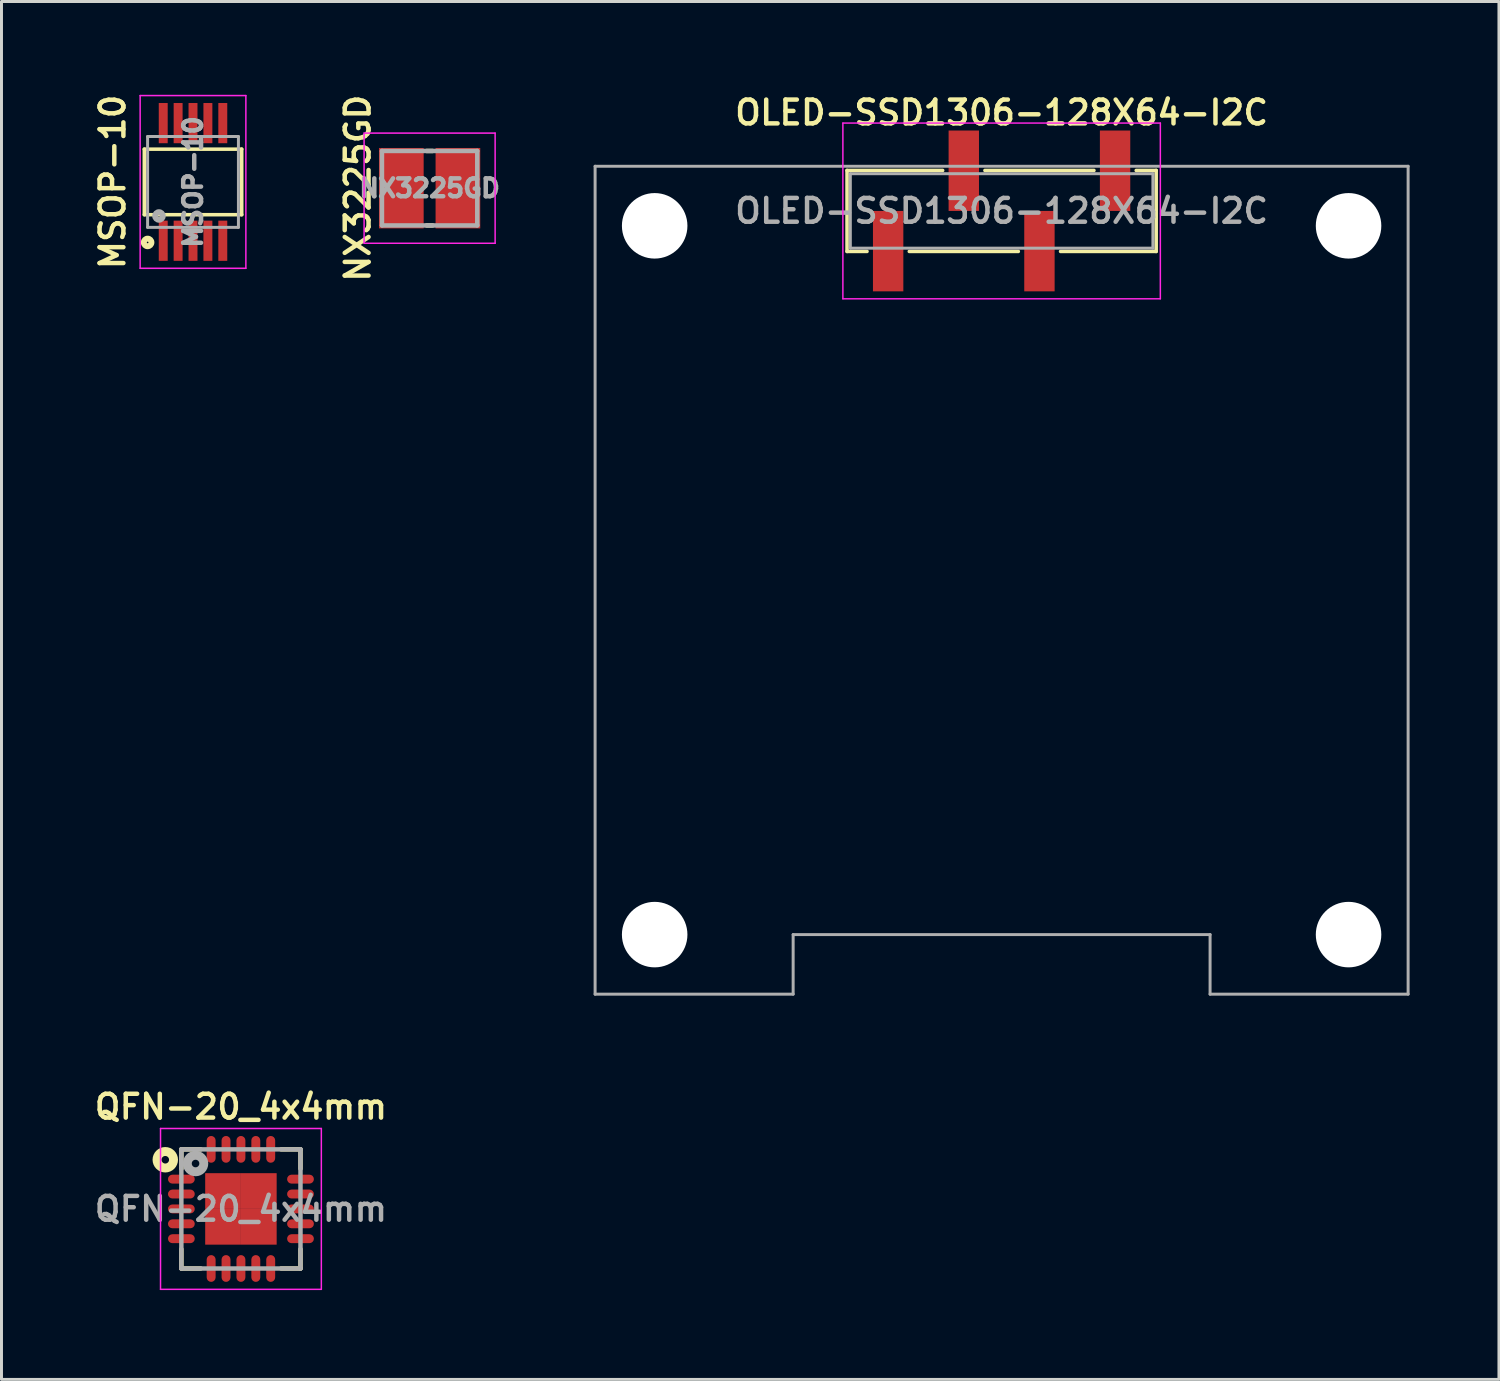
<source format=kicad_pcb>
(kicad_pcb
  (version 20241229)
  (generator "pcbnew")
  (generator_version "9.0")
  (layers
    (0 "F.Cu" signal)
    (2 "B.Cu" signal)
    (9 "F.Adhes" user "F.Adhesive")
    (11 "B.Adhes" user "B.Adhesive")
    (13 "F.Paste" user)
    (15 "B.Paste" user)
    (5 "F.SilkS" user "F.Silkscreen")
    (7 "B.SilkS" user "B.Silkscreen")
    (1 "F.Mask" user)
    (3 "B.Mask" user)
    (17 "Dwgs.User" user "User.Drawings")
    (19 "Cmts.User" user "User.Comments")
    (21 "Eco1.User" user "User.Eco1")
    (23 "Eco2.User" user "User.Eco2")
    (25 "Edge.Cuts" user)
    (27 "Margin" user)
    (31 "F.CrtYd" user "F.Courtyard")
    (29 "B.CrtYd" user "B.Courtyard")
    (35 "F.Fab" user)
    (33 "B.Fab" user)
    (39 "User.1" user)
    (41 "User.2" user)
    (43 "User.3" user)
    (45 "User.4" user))
  (footprint "NX3225GD"
    (layer "F.Cu")
    (at 11.376 3.269)
    (property "Reference" "NX3225GD" (at -2.413 0 90) (layer "F.SilkS") (effects (font (size 0.8 0.8) (thickness 0.15))))
    (attr through_hole)
    (fp_line (start -0.1 -1.25) (end 0.1 -1.25) (stroke (width 0.15) (type solid)) (layer "F.SilkS"))
    (fp_line (start -0.1 1.25) (end 0.1 1.25) (stroke (width 0.15) (type solid)) (layer "F.SilkS"))
    (fp_line (start -2.2 -1.85) (end -2.2 1.85) (stroke (width 0.05) (type solid)) (layer "F.CrtYd"))
    (fp_line (start 2.2 -1.85) (end -2.2 -1.85) (stroke (width 0.05) (type solid)) (layer "F.CrtYd"))
    (fp_line (start 2.2 -1.85) (end 2.2 1.85) (stroke (width 0.05) (type solid)) (layer "F.CrtYd"))
    (fp_line (start 2.2 1.85) (end -2.2 1.85) (stroke (width 0.05) (type solid)) (layer "F.CrtYd"))
    (fp_line (start -1.6 -1.25) (end 1.6 -1.25) (stroke (width 0.15) (type solid)) (layer "F.Fab"))
    (fp_line (start -1.6 1.25) (end -1.6 -1.25) (stroke (width 0.15) (type solid)) (layer "F.Fab"))
    (fp_line (start -1.6 1.25) (end 1.6 1.25) (stroke (width 0.15) (type solid)) (layer "F.Fab"))
    (fp_line (start 1.6 1.25) (end 1.6 -1.25) (stroke (width 0.15) (type solid)) (layer "F.Fab"))
    (fp_text user "${REFERENCE}" (at 0 0 0) (layer "F.Fab") (effects (font (size 0.6 0.6) (thickness 0.15))))
    (pad "1" smd rect (at -0.95 0) (size 1.5 2.7) (layers "F.Cu" "F.Mask" "F.Paste"))
    (pad "2" smd rect (at 0.95 0) (size 1.5 2.7) (layers "F.Cu" "F.Mask" "F.Paste")))
  (footprint "MSOP-10"
    (layer "F.Cu")
    (at 3.431 3.059)
    (property "Reference" "MSOP-10" (at -2.7 0 90) (layer "F.SilkS") (effects (font (size 0.8 0.8) (thickness 0.15))))
    (attr smd)
    (fp_line (start -1.635 -1.1) (end 1.635 -1.1) (stroke (width 0.12) (type solid)) (layer "F.SilkS"))
    (fp_line (start -1.635 1.1) (end -1.635 -1.1) (stroke (width 0.12) (type solid)) (layer "F.SilkS"))
    (fp_line (start 1.635 -1.1) (end 1.635 1.1) (stroke (width 0.12) (type solid)) (layer "F.SilkS"))
    (fp_line (start 1.635 1.1) (end -1.635 1.1) (stroke (width 0.12) (type solid)) (layer "F.SilkS"))
    (fp_circle (center -1.524 2.032) (end -1.397 2.032) (stroke (width 0.2) (type solid)) (fill no) (layer "F.SilkS"))
    (fp_line (start -1.775 -2.9) (end 1.775 -2.9) (stroke (width 0.05) (type solid)) (layer "F.CrtYd"))
    (fp_line (start -1.775 2.9) (end -1.775 -2.9) (stroke (width 0.05) (type solid)) (layer "F.CrtYd"))
    (fp_line (start 1.775 -2.9) (end 1.775 2.9) (stroke (width 0.05) (type solid)) (layer "F.CrtYd"))
    (fp_line (start 1.775 2.9) (end -1.775 2.9) (stroke (width 0.05) (type solid)) (layer "F.CrtYd"))
    (fp_line (start -1.525 -1.525) (end -1.525 1.525) (stroke (width 0.1) (type solid)) (layer "F.Fab"))
    (fp_line (start -1.525 -1.525) (end 1.525 -1.525) (stroke (width 0.1) (type solid)) (layer "F.Fab"))
    (fp_line (start 1.525 1.525) (end -1.525 1.525) (stroke (width 0.1) (type solid)) (layer "F.Fab"))
    (fp_line (start 1.525 1.525) (end 1.525 -1.525) (stroke (width 0.1) (type solid)) (layer "F.Fab"))
    (fp_circle (center -1.143 1.143) (end -1.016 1.143) (stroke (width 0.2) (type solid)) (fill no) (layer "F.Fab"))
    (fp_text user "${REFERENCE}" (at 0 0 90) (layer "F.Fab") (effects (font (size 0.6 0.6) (thickness 0.15))))
    (pad "1" smd rect (at -1 1.975) (size 0.3 1.35) (layers "F.Cu" "F.Mask" "F.Paste"))
    (pad "2" smd rect (at -0.5 1.975) (size 0.3 1.35) (layers "F.Cu" "F.Mask" "F.Paste"))
    (pad "3" smd rect (at 0 1.975) (size 0.3 1.35) (layers "F.Cu" "F.Mask" "F.Paste"))
    (pad "4" smd rect (at 0.5 1.975) (size 0.3 1.35) (layers "F.Cu" "F.Mask" "F.Paste"))
    (pad "5" smd rect (at 1 1.975) (size 0.3 1.35) (layers "F.Cu" "F.Mask" "F.Paste"))
    (pad "6" smd rect (at 1 -1.975) (size 0.3 1.35) (layers "F.Cu" "F.Mask" "F.Paste"))
    (pad "7" smd rect (at 0.5 -1.975) (size 0.3 1.35) (layers "F.Cu" "F.Mask" "F.Paste"))
    (pad "8" smd rect (at 0 -1.975) (size 0.3 1.35) (layers "F.Cu" "F.Mask" "F.Paste"))
    (pad "9" smd rect (at -0.5 -1.975) (size 0.3 1.35) (layers "F.Cu" "F.Mask" "F.Paste"))
    (pad "10" smd rect (at -1 -1.975) (size 0.3 1.35) (layers "F.Cu" "F.Mask" "F.Paste")))
  (footprint "OLED-SSD1306-128X64-I2C"
    (layer "F.Cu")
    (at 30.583 4.033)
    (property "Reference" "OLED-SSD1306-128X64-I2C" (at 0 -3.302 0) (layer "F.SilkS") (effects (font (size 0.8 0.8) (thickness 0.15))))
    (attr smd)
    (fp_line (start -5.19 1.36) (end -5.19 -1.36) (stroke (width 0.12) (type solid)) (layer "F.SilkS"))
    (fp_line (start -4.52 1.36) (end -5.19 1.36) (stroke (width 0.12) (type solid)) (layer "F.SilkS"))
    (fp_line (start -3.1 1.36) (end 0.56 1.36) (stroke (width 0.12) (type solid)) (layer "F.SilkS"))
    (fp_line (start -1.98 -1.36) (end -5.19 -1.36) (stroke (width 0.12) (type solid)) (layer "F.SilkS"))
    (fp_line (start -0.56 -1.36) (end 3.1 -1.36) (stroke (width 0.12) (type solid)) (layer "F.SilkS"))
    (fp_line (start 1.98 1.36) (end 5.19 1.36) (stroke (width 0.12) (type solid)) (layer "F.SilkS"))
    (fp_line (start 5.19 -1.36) (end 4.52 -1.36) (stroke (width 0.12) (type solid)) (layer "F.SilkS"))
    (fp_line (start 5.19 1.36) (end 5.19 -1.36) (stroke (width 0.12) (type solid)) (layer "F.SilkS"))
    (fp_line (start -5.33 -2.95) (end -5.33 2.95) (stroke (width 0.05) (type solid)) (layer "F.CrtYd"))
    (fp_line (start -5.33 2.95) (end 5.33 2.95) (stroke (width 0.05) (type solid)) (layer "F.CrtYd"))
    (fp_line (start 5.33 -2.95) (end -5.33 -2.95) (stroke (width 0.05) (type solid)) (layer "F.CrtYd"))
    (fp_line (start 5.33 -2.95) (end 5.33 2.95) (stroke (width 0.05) (type solid)) (layer "F.CrtYd"))
    (fp_line (start -13.65 -1.5) (end -13.65 26.3) (stroke (width 0.1) (type solid)) (layer "F.Fab"))
    (fp_line (start -13.65 -1.5) (end 13.65 -1.5) (stroke (width 0.1) (type solid)) (layer "F.Fab"))
    (fp_line (start -13.65 26.3) (end -7 26.3) (stroke (width 0.1) (type solid)) (layer "F.Fab"))
    (fp_line (start -7 24.3) (end -7 26.3) (stroke (width 0.1) (type solid)) (layer "F.Fab"))
    (fp_line (start -5.08 1.25) (end -5.08 -1.25) (stroke (width 0.1) (type solid)) (layer "F.Fab"))
    (fp_line (start 5.08 -1.25) (end -5.08 -1.25) (stroke (width 0.1) (type solid)) (layer "F.Fab"))
    (fp_line (start 5.08 1.25) (end -5.08 1.25) (stroke (width 0.1) (type solid)) (layer "F.Fab"))
    (fp_line (start 5.08 1.25) (end 5.08 -1.25) (stroke (width 0.1) (type solid)) (layer "F.Fab"))
    (fp_line (start 7 24.3) (end -7 24.3) (stroke (width 0.1) (type solid)) (layer "F.Fab"))
    (fp_line (start 7 24.3) (end 7 26.3) (stroke (width 0.1) (type solid)) (layer "F.Fab"))
    (fp_line (start 7 26.3) (end 13.65 26.3) (stroke (width 0.1) (type solid)) (layer "F.Fab"))
    (fp_line (start 13.65 -1.5) (end 13.65 26.3) (stroke (width 0.1) (type solid)) (layer "F.Fab"))
    (fp_text user "${REFERENCE}" (at 0 0 0) (layer "F.Fab") (effects (font (size 0.8 0.8) (thickness 0.15))))
    (pad "" np_thru_hole circle (at -11.65 0.5) (size 2.2 2.2) (drill 2.2) (layers "*.Cu" "*.Mask"))
    (pad "" np_thru_hole circle (at -11.65 24.3) (size 2.2 2.2) (drill 2.2) (layers "*.Cu" "*.Mask"))
    (pad "" np_thru_hole circle (at 11.65 0.5) (size 2.2 2.2) (drill 2.2) (layers "*.Cu" "*.Mask"))
    (pad "" np_thru_hole circle (at 11.65 24.3) (size 2.2 2.2) (drill 2.2) (layers "*.Cu" "*.Mask"))
    (pad "1" smd rect (at -3.81 1.35) (size 1.02 2.7) (layers "F.Cu" "F.Mask" "F.Paste"))
    (pad "2" smd rect (at -1.27 -1.35) (size 1.02 2.7) (layers "F.Cu" "F.Mask" "F.Paste"))
    (pad "3" smd rect (at 1.27 1.35) (size 1.02 2.7) (layers "F.Cu" "F.Mask" "F.Paste"))
    (pad "4" smd rect (at 3.81 -1.35) (size 1.02 2.7) (layers "F.Cu" "F.Mask" "F.Paste")))
  (footprint "QFN-20_4x4mm"
    (layer "F.Cu")
    (at 5.04 37.544)
    (property "Reference" "QFN-20_4x4mm" (at 0 -3.429 0) (layer "F.SilkS") (effects (font (size 0.8 0.8) (thickness 0.15))))
    (attr smd)
    (fp_line (start -2 -2) (end -2 -1.35) (stroke (width 0.15) (type solid)) (layer "F.SilkS"))
    (fp_line (start -2 -2) (end -1.35 -2) (stroke (width 0.15) (type solid)) (layer "F.SilkS"))
    (fp_line (start -2 1.35) (end -2 2) (stroke (width 0.15) (type solid)) (layer "F.SilkS"))
    (fp_line (start -2 2) (end -1.35 2) (stroke (width 0.15) (type solid)) (layer "F.SilkS"))
    (fp_line (start 1.35 -2) (end 2 -2) (stroke (width 0.15) (type solid)) (layer "F.SilkS"))
    (fp_line (start 1.35 2) (end 2 2) (stroke (width 0.15) (type solid)) (layer "F.SilkS"))
    (fp_line (start 2 -1.35) (end 2 -2) (stroke (width 0.15) (type solid)) (layer "F.SilkS"))
    (fp_line (start 2 1.35) (end 2 2) (stroke (width 0.15) (type solid)) (layer "F.SilkS"))
    (fp_circle (center -2.54 -1.651) (end -2.54 -1.524) (stroke (width 0.3) (type solid)) (fill no) (layer "F.SilkS"))
    (fp_line (start -2.7 -2.7) (end 2.7 -2.7) (stroke (width 0.05) (type solid)) (layer "F.CrtYd"))
    (fp_line (start -2.7 2.7) (end -2.7 -2.7) (stroke (width 0.05) (type solid)) (layer "F.CrtYd"))
    (fp_line (start 2.7 -2.7) (end 2.7 2.7) (stroke (width 0.05) (type solid)) (layer "F.CrtYd"))
    (fp_line (start 2.7 2.7) (end -2.7 2.7) (stroke (width 0.05) (type solid)) (layer "F.CrtYd"))
    (fp_line (start -2 -2) (end -2 2) (stroke (width 0.15) (type solid)) (layer "F.Fab"))
    (fp_line (start -2 -2) (end 2 -2) (stroke (width 0.15) (type solid)) (layer "F.Fab"))
    (fp_line (start 2 2) (end -2 2) (stroke (width 0.15) (type solid)) (layer "F.Fab"))
    (fp_line (start 2 2) (end 2 -2) (stroke (width 0.15) (type solid)) (layer "F.Fab"))
    (fp_circle (center -1.524 -1.524) (end -1.524 -1.397) (stroke (width 0.3) (type solid)) (fill no) (layer "F.Fab"))
    (fp_text user "${REFERENCE}" (at 0 0 0) (layer "F.Fab") (effects (font (size 0.8 0.8) (thickness 0.15))))
    (pad "1" smd roundrect (at -2 -1) (size 0.9 0.3) (layers "F.Cu" "F.Mask" "F.Paste") (roundrect_rratio 0.5))
    (pad "2" smd roundrect (at -2 -0.5) (size 0.9 0.3) (layers "F.Cu" "F.Mask" "F.Paste") (roundrect_rratio 0.5))
    (pad "3" smd roundrect (at -2 0) (size 0.9 0.3) (layers "F.Cu" "F.Mask" "F.Paste") (roundrect_rratio 0.5))
    (pad "4" smd roundrect (at -2 0.5) (size 0.9 0.3) (layers "F.Cu" "F.Mask" "F.Paste") (roundrect_rratio 0.5))
    (pad "5" smd roundrect (at -2 1) (size 0.9 0.3) (layers "F.Cu" "F.Mask" "F.Paste") (roundrect_rratio 0.5))
    (pad "6" smd roundrect (at -1 2 90) (size 0.9 0.3) (layers "F.Cu" "F.Mask" "F.Paste") (roundrect_rratio 0.5))
    (pad "7" smd roundrect (at -0.5 2 90) (size 0.9 0.3) (layers "F.Cu" "F.Mask" "F.Paste") (roundrect_rratio 0.5))
    (pad "8" smd roundrect (at 0 2 90) (size 0.9 0.3) (layers "F.Cu" "F.Mask" "F.Paste") (roundrect_rratio 0.5))
    (pad "9" smd roundrect (at 0.5 2 90) (size 0.9 0.3) (layers "F.Cu" "F.Mask" "F.Paste") (roundrect_rratio 0.5))
    (pad "10" smd roundrect (at 1 2 90) (size 0.9 0.3) (layers "F.Cu" "F.Mask" "F.Paste") (roundrect_rratio 0.5))
    (pad "11" smd roundrect (at 2 1) (size 0.9 0.3) (layers "F.Cu" "F.Mask" "F.Paste") (roundrect_rratio 0.5))
    (pad "12" smd roundrect (at 2 0.5) (size 0.9 0.3) (layers "F.Cu" "F.Mask" "F.Paste") (roundrect_rratio 0.5))
    (pad "13" smd roundrect (at 2 0) (size 0.9 0.3) (layers "F.Cu" "F.Mask" "F.Paste") (roundrect_rratio 0.5))
    (pad "14" smd roundrect (at 2 -0.5 180) (size 0.9 0.3) (layers "F.Cu" "F.Mask" "F.Paste") (roundrect_rratio 0.5))
    (pad "15" smd roundrect (at 2 -1 180) (size 0.9 0.3) (layers "F.Cu" "F.Mask" "F.Paste") (roundrect_rratio 0.5))
    (pad "16" smd roundrect (at 1 -2 90) (size 0.9 0.3) (layers "F.Cu" "F.Mask" "F.Paste") (roundrect_rratio 0.5))
    (pad "17" smd roundrect (at 0.5 -2 90) (size 0.9 0.3) (layers "F.Cu" "F.Mask" "F.Paste") (roundrect_rratio 0.5))
    (pad "18" smd roundrect (at 0 -2 90) (size 0.9 0.3) (layers "F.Cu" "F.Mask" "F.Paste") (roundrect_rratio 0.5))
    (pad "19" smd roundrect (at -0.5 -2 90) (size 0.9 0.3) (layers "F.Cu" "F.Mask" "F.Paste") (roundrect_rratio 0.5))
    (pad "20" smd roundrect (at -1 -2 90) (size 0.9 0.3) (layers "F.Cu" "F.Mask" "F.Paste") (roundrect_rratio 0.5))
    (pad "21" smd rect (at -0.6 -0.6) (size 1.2 1.2) (layers "F.Cu" "F.Mask" "F.Paste"))
    (pad "21" smd rect (at -0.6 0.6) (size 1.2 1.2) (layers "F.Cu" "F.Mask" "F.Paste"))
    (pad "21" smd rect (at 0.6 -0.6) (size 1.2 1.2) (layers "F.Cu" "F.Mask" "F.Paste"))
    (pad "21" smd rect (at 0.6 0.6) (size 1.2 1.2) (layers "F.Cu" "F.Mask" "F.Paste")))
  (gr_rect
    (start -3 -3)
    (end 47.283 43.269)
    (stroke (width 0.1) (type default))
    (fill no)
    (layer "Edge.Cuts")))
</source>
